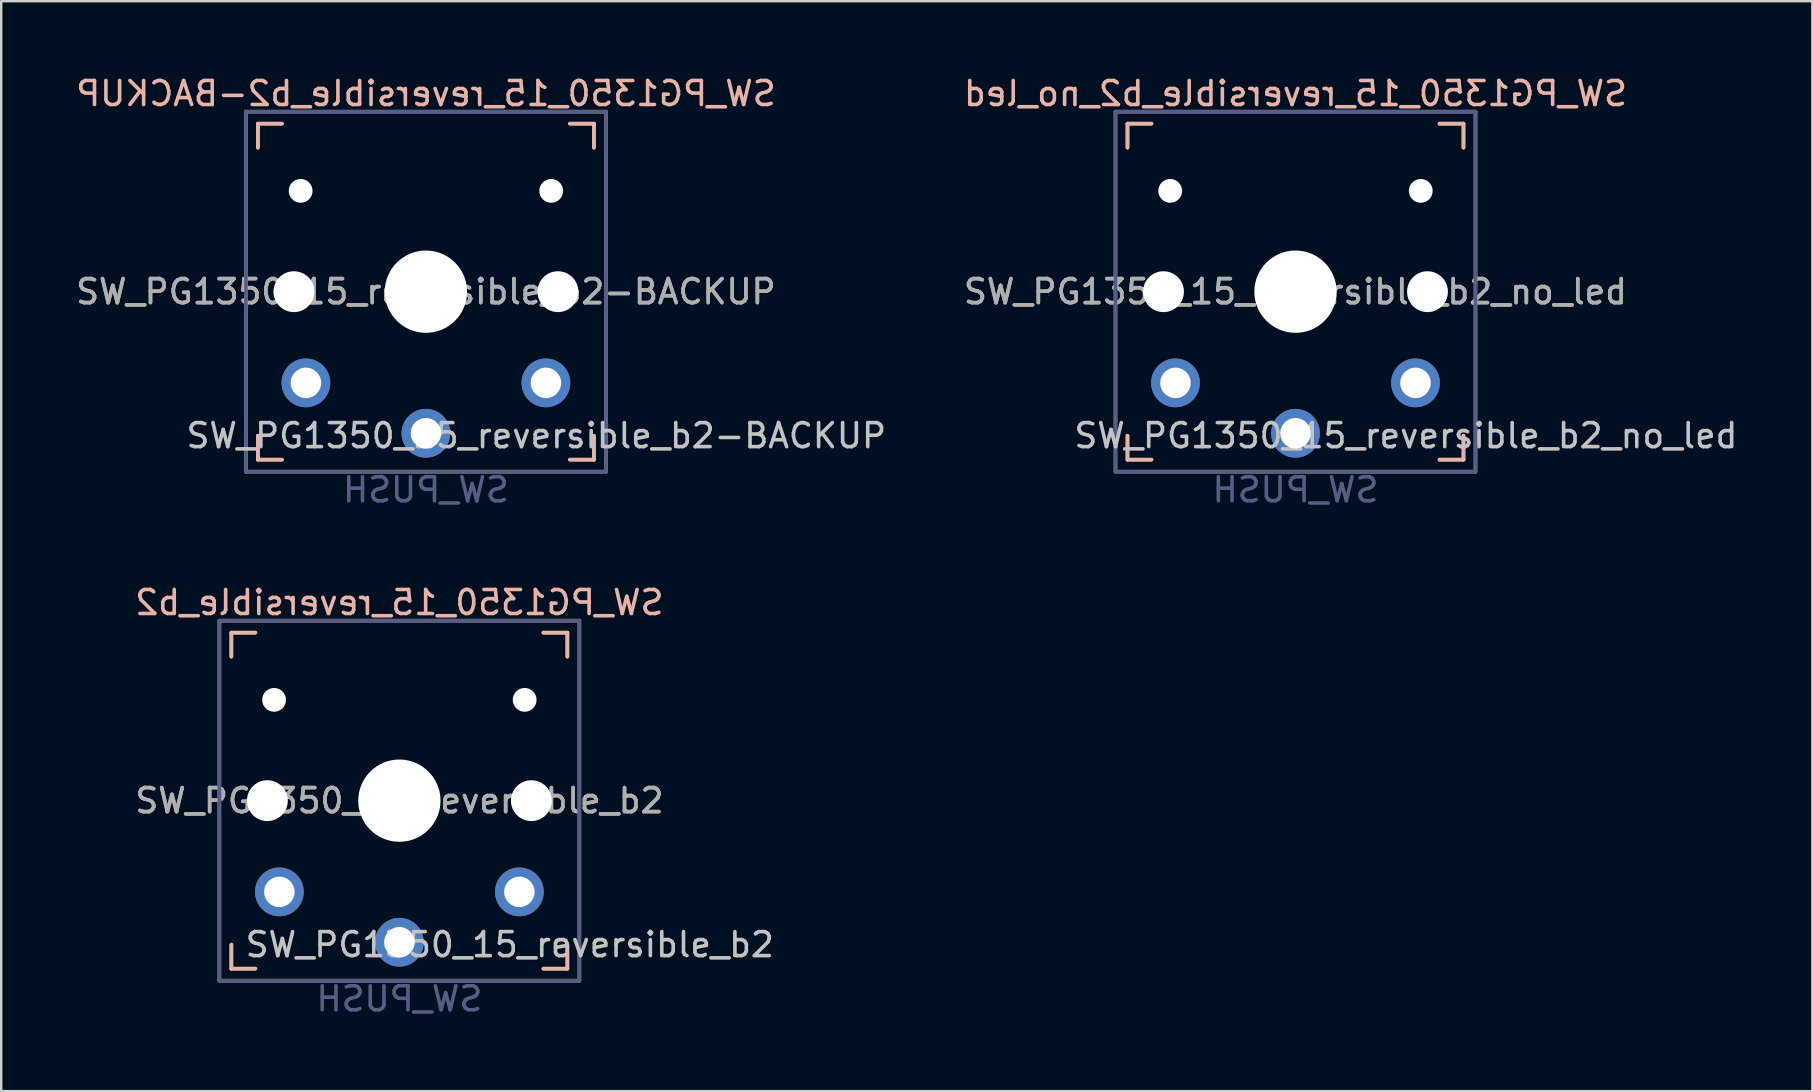
<source format=kicad_pcb>
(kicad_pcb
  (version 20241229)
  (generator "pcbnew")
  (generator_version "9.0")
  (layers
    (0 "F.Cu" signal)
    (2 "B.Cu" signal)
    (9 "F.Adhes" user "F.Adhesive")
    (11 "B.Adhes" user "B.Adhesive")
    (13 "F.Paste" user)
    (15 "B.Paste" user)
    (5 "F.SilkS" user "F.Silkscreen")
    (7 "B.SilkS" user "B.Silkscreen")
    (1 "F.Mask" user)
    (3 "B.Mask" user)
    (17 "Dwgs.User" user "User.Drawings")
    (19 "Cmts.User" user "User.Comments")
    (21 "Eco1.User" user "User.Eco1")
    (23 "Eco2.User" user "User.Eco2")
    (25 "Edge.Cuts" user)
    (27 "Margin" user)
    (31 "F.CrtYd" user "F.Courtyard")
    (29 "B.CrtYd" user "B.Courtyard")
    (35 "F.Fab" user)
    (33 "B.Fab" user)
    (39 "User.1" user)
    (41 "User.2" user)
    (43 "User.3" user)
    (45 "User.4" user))
  (footprint "SW_PG1350_15_reversible_b2"
    (layer "F.Cu")
    (at 13.59 30.31)
    (property "Reference" "SW_PG1350_15_reversible_b2" (at 4.6 6 0) (layer "Dwgs.User") (effects (font (size 1 1) (thickness 0.15))))
    (property "Value" "SW_PUSH" (at -0.5 6 0) (layer "Dwgs.User") (hide yes) (effects (font (size 1 1) (thickness 0.15))))
    (attr through_hole)
    (fp_line (start -7 -7) (end -6 -7) (stroke (width 0.15) (type solid)) (layer "F.SilkS"))
    (fp_line (start -7 -6) (end -7 -7) (stroke (width 0.15) (type solid)) (layer "F.SilkS"))
    (fp_line (start -7 7) (end -7 6) (stroke (width 0.15) (type solid)) (layer "F.SilkS"))
    (fp_line (start -6 7) (end -7 7) (stroke (width 0.15) (type solid)) (layer "F.SilkS"))
    (fp_line (start 6 -7) (end 7 -7) (stroke (width 0.15) (type solid)) (layer "F.SilkS"))
    (fp_line (start 7 -7) (end 7 -6) (stroke (width 0.15) (type solid)) (layer "F.SilkS"))
    (fp_line (start 7 6) (end 7 7) (stroke (width 0.15) (type solid)) (layer "F.SilkS"))
    (fp_line (start 7 7) (end 6 7) (stroke (width 0.15) (type solid)) (layer "F.SilkS"))
    (fp_line (start -7 -7) (end -6 -7) (stroke (width 0.15) (type solid)) (layer "B.SilkS"))
    (fp_line (start -7 -6) (end -7 -7) (stroke (width 0.15) (type solid)) (layer "B.SilkS"))
    (fp_line (start -7 7) (end -7 6) (stroke (width 0.15) (type solid)) (layer "B.SilkS"))
    (fp_line (start -6 7) (end -7 7) (stroke (width 0.15) (type solid)) (layer "B.SilkS"))
    (fp_line (start 6 -7) (end 7 -7) (stroke (width 0.15) (type solid)) (layer "B.SilkS"))
    (fp_line (start 7 -7) (end 7 -6) (stroke (width 0.15) (type solid)) (layer "B.SilkS"))
    (fp_line (start 7 6) (end 7 7) (stroke (width 0.15) (type solid)) (layer "B.SilkS"))
    (fp_line (start 7 7) (end 6 7) (stroke (width 0.15) (type solid)) (layer "B.SilkS"))
    (fp_line (start -13.53 8.52) (end 13.47 8.54) (stroke (width 0.12) (type solid)) (layer "Eco1.User"))
    (fp_line (start -13.52 -8.5) (end 13.48 -8.48) (stroke (width 0.12) (type solid)) (layer "Eco1.User"))
    (fp_line (start -13.52 8.5) (end -13.52 -8.5) (stroke (width 0.12) (type solid)) (layer "Eco1.User"))
    (fp_line (start 13.48 8.52) (end 13.48 -8.48) (stroke (width 0.12) (type solid)) (layer "Eco1.User"))
    (fp_line (start -6.9 6.9) (end -6.9 -6.9) (stroke (width 0.15) (type solid)) (layer "Eco2.User"))
    (fp_line (start -6.9 6.9) (end 6.9 6.9) (stroke (width 0.15) (type solid)) (layer "Eco2.User"))
    (fp_line (start 6.9 -6.9) (end -6.9 -6.9) (stroke (width 0.15) (type solid)) (layer "Eco2.User"))
    (fp_line (start 6.9 -6.9) (end 6.9 6.9) (stroke (width 0.15) (type solid)) (layer "Eco2.User"))
    (fp_line (start -7.5 -7.5) (end 7.5 -7.5) (stroke (width 0.15) (type solid)) (layer "B.Fab"))
    (fp_line (start -7.5 7.5) (end -7.5 -7.5) (stroke (width 0.15) (type solid)) (layer "B.Fab"))
    (fp_line (start 7.5 -7.5) (end 7.5 7.5) (stroke (width 0.15) (type solid)) (layer "B.Fab"))
    (fp_line (start 7.5 7.5) (end -7.5 7.5) (stroke (width 0.15) (type solid)) (layer "B.Fab"))
    (fp_line (start -7.5 -7.5) (end 7.5 -7.5) (stroke (width 0.15) (type solid)) (layer "F.Fab"))
    (fp_line (start -7.5 7.5) (end -7.5 -7.5) (stroke (width 0.15) (type solid)) (layer "F.Fab"))
    (fp_line (start 7.5 -7.5) (end 7.5 7.5) (stroke (width 0.15) (type solid)) (layer "F.Fab"))
    (fp_line (start 7.5 7.5) (end -7.5 7.5) (stroke (width 0.15) (type solid)) (layer "F.Fab"))
    (fp_text user "${REFERENCE}" (at 0 -8.255 0) (layer "B.SilkS") (effects (font (size 1 1) (thickness 0.15)) (justify mirror)))
    (fp_text user "${VALUE}" (at 0 8.255 0) (layer "B.Fab") (effects (font (size 1 1) (thickness 0.15)) (justify mirror)))
    (fp_text user "${REFERENCE}" (at 0 0 0) (layer "F.Fab") (effects (font (size 1 1) (thickness 0.15))))
    (fp_text user "${REFERENCE}" (at 0 0 0) (layer "F.Fab") (effects (font (size 1 1) (thickness 0.15))))
    (pad "" np_thru_hole circle (at -5.5 0) (size 1.702 1.702) (drill 1.702) (layers "*.Cu" "*.Mask"))
    (pad "" np_thru_hole circle (at -5.22 -4.2) (size 0.991 0.991) (drill 0.991) (layers "*.Cu" "*.Mask"))
    (pad "" np_thru_hole circle (at 0 0) (size 3.429 3.429) (drill 3.429) (layers "*.Cu" "*.Mask"))
    (pad "" np_thru_hole circle (at 5.22 -4.2) (size 0.991 0.991) (drill 0.991) (layers "*.Cu" "*.Mask"))
    (pad "" np_thru_hole circle (at 5.5 0) (size 1.702 1.702) (drill 1.702) (layers "*.Cu" "*.Mask"))
    (pad "1" thru_hole circle (at 0 5.9) (size 2.032 2.032) (drill 1.27) (layers "*.Cu" "*.Mask"))
    (pad "2" thru_hole circle (at -5 3.8) (size 2.032 2.032) (drill 1.27) (layers "*.Cu" "*.Mask"))
    (pad "2" thru_hole circle (at 5 3.8) (size 2.032 2.032) (drill 1.27) (layers "*.Cu" "*.Mask")))
  (footprint "SW_PG1350_15_reversible_b2_no_led"
    (layer "F.Cu")
    (at 50.927 9.103)
    (property "Reference" "SW_PG1350_15_reversible_b2_no_led" (at 4.6 6 0) (layer "Dwgs.User") (effects (font (size 1 1) (thickness 0.15))))
    (property "Value" "SW_PUSH" (at -0.5 6 0) (layer "Dwgs.User") (hide yes) (effects (font (size 1 1) (thickness 0.15))))
    (attr through_hole)
    (fp_line (start -7 -7) (end -6 -7) (stroke (width 0.15) (type solid)) (layer "F.SilkS"))
    (fp_line (start -7 -6) (end -7 -7) (stroke (width 0.15) (type solid)) (layer "F.SilkS"))
    (fp_line (start -7 7) (end -7 6) (stroke (width 0.15) (type solid)) (layer "F.SilkS"))
    (fp_line (start -6 7) (end -7 7) (stroke (width 0.15) (type solid)) (layer "F.SilkS"))
    (fp_line (start 6 -7) (end 7 -7) (stroke (width 0.15) (type solid)) (layer "F.SilkS"))
    (fp_line (start 7 -7) (end 7 -6) (stroke (width 0.15) (type solid)) (layer "F.SilkS"))
    (fp_line (start 7 6) (end 7 7) (stroke (width 0.15) (type solid)) (layer "F.SilkS"))
    (fp_line (start 7 7) (end 6 7) (stroke (width 0.15) (type solid)) (layer "F.SilkS"))
    (fp_line (start -7 -7) (end -6 -7) (stroke (width 0.15) (type solid)) (layer "B.SilkS"))
    (fp_line (start -7 -6) (end -7 -7) (stroke (width 0.15) (type solid)) (layer "B.SilkS"))
    (fp_line (start -7 7) (end -7 6) (stroke (width 0.15) (type solid)) (layer "B.SilkS"))
    (fp_line (start -6 7) (end -7 7) (stroke (width 0.15) (type solid)) (layer "B.SilkS"))
    (fp_line (start 6 -7) (end 7 -7) (stroke (width 0.15) (type solid)) (layer "B.SilkS"))
    (fp_line (start 7 -7) (end 7 -6) (stroke (width 0.15) (type solid)) (layer "B.SilkS"))
    (fp_line (start 7 6) (end 7 7) (stroke (width 0.15) (type solid)) (layer "B.SilkS"))
    (fp_line (start 7 7) (end 6 7) (stroke (width 0.15) (type solid)) (layer "B.SilkS"))
    (fp_line (start -13.53 8.52) (end 13.47 8.54) (stroke (width 0.12) (type solid)) (layer "Eco1.User"))
    (fp_line (start -13.52 -8.5) (end 13.48 -8.48) (stroke (width 0.12) (type solid)) (layer "Eco1.User"))
    (fp_line (start -13.52 8.5) (end -13.52 -8.5) (stroke (width 0.12) (type solid)) (layer "Eco1.User"))
    (fp_line (start 13.48 8.52) (end 13.48 -8.48) (stroke (width 0.12) (type solid)) (layer "Eco1.User"))
    (fp_line (start -6.9 6.9) (end -6.9 -6.9) (stroke (width 0.15) (type solid)) (layer "Eco2.User"))
    (fp_line (start -6.9 6.9) (end 6.9 6.9) (stroke (width 0.15) (type solid)) (layer "Eco2.User"))
    (fp_line (start 6.9 -6.9) (end -6.9 -6.9) (stroke (width 0.15) (type solid)) (layer "Eco2.User"))
    (fp_line (start 6.9 -6.9) (end 6.9 6.9) (stroke (width 0.15) (type solid)) (layer "Eco2.User"))
    (fp_line (start -7.5 -7.5) (end 7.5 -7.5) (stroke (width 0.15) (type solid)) (layer "B.Fab"))
    (fp_line (start -7.5 7.5) (end -7.5 -7.5) (stroke (width 0.15) (type solid)) (layer "B.Fab"))
    (fp_line (start 7.5 -7.5) (end 7.5 7.5) (stroke (width 0.15) (type solid)) (layer "B.Fab"))
    (fp_line (start 7.5 7.5) (end -7.5 7.5) (stroke (width 0.15) (type solid)) (layer "B.Fab"))
    (fp_line (start -7.5 -7.5) (end 7.5 -7.5) (stroke (width 0.15) (type solid)) (layer "F.Fab"))
    (fp_line (start -7.5 7.5) (end -7.5 -7.5) (stroke (width 0.15) (type solid)) (layer "F.Fab"))
    (fp_line (start 7.5 -7.5) (end 7.5 7.5) (stroke (width 0.15) (type solid)) (layer "F.Fab"))
    (fp_line (start 7.5 7.5) (end -7.5 7.5) (stroke (width 0.15) (type solid)) (layer "F.Fab"))
    (fp_text user "${REFERENCE}" (at 0 -8.255 0) (layer "B.SilkS") (effects (font (size 1 1) (thickness 0.15)) (justify mirror)))
    (fp_text user "${VALUE}" (at 0 8.255 0) (layer "B.Fab") (effects (font (size 1 1) (thickness 0.15)) (justify mirror)))
    (fp_text user "${REFERENCE}" (at 0 0 0) (layer "F.Fab") (effects (font (size 1 1) (thickness 0.15))))
    (fp_text user "${REFERENCE}" (at 0 0 0) (layer "F.Fab") (effects (font (size 1 1) (thickness 0.15))))
    (pad "" np_thru_hole circle (at -5.5 0) (size 1.702 1.702) (drill 1.702) (layers "*.Cu" "*.Mask"))
    (pad "" np_thru_hole circle (at -5.22 -4.2) (size 0.991 0.991) (drill 0.991) (layers "*.Cu" "*.Mask"))
    (pad "" np_thru_hole circle (at 0 0) (size 3.429 3.429) (drill 3.429) (layers "*.Cu" "*.Mask"))
    (pad "" np_thru_hole circle (at 5.22 -4.2) (size 0.991 0.991) (drill 0.991) (layers "*.Cu" "*.Mask"))
    (pad "" np_thru_hole circle (at 5.5 0) (size 1.702 1.702) (drill 1.702) (layers "*.Cu" "*.Mask"))
    (pad "1" thru_hole circle (at 0 5.9) (size 2.032 2.032) (drill 1.27) (layers "*.Cu" "*.Mask"))
    (pad "2" thru_hole circle (at -5 3.8) (size 2.032 2.032) (drill 1.27) (layers "*.Cu" "*.Mask"))
    (pad "2" thru_hole circle (at 5 3.8) (size 2.032 2.032) (drill 1.27) (layers "*.Cu" "*.Mask")))
  (footprint "SW_PG1350_15_reversible_b2-BACKUP"
    (layer "F.Cu")
    (at 14.696 9.103)
    (property "Reference" "SW_PG1350_15_reversible_b2-BACKUP" (at 4.6 6 0) (layer "Dwgs.User") (effects (font (size 1 1) (thickness 0.15))))
    (property "Value" "SW_PUSH" (at -0.5 6 0) (layer "Dwgs.User") (hide yes) (effects (font (size 1 1) (thickness 0.15))))
    (attr through_hole)
    (fp_line (start -7 -7) (end -6 -7) (stroke (width 0.15) (type solid)) (layer "F.SilkS"))
    (fp_line (start -7 -6) (end -7 -7) (stroke (width 0.15) (type solid)) (layer "F.SilkS"))
    (fp_line (start -7 7) (end -7 6) (stroke (width 0.15) (type solid)) (layer "F.SilkS"))
    (fp_line (start -6 7) (end -7 7) (stroke (width 0.15) (type solid)) (layer "F.SilkS"))
    (fp_line (start 6 -7) (end 7 -7) (stroke (width 0.15) (type solid)) (layer "F.SilkS"))
    (fp_line (start 7 -7) (end 7 -6) (stroke (width 0.15) (type solid)) (layer "F.SilkS"))
    (fp_line (start 7 6) (end 7 7) (stroke (width 0.15) (type solid)) (layer "F.SilkS"))
    (fp_line (start 7 7) (end 6 7) (stroke (width 0.15) (type solid)) (layer "F.SilkS"))
    (fp_line (start -7 -7) (end -6 -7) (stroke (width 0.15) (type solid)) (layer "B.SilkS"))
    (fp_line (start -7 -6) (end -7 -7) (stroke (width 0.15) (type solid)) (layer "B.SilkS"))
    (fp_line (start -7 7) (end -7 6) (stroke (width 0.15) (type solid)) (layer "B.SilkS"))
    (fp_line (start -6 7) (end -7 7) (stroke (width 0.15) (type solid)) (layer "B.SilkS"))
    (fp_line (start 6 -7) (end 7 -7) (stroke (width 0.15) (type solid)) (layer "B.SilkS"))
    (fp_line (start 7 -7) (end 7 -6) (stroke (width 0.15) (type solid)) (layer "B.SilkS"))
    (fp_line (start 7 6) (end 7 7) (stroke (width 0.15) (type solid)) (layer "B.SilkS"))
    (fp_line (start 7 7) (end 6 7) (stroke (width 0.15) (type solid)) (layer "B.SilkS"))
    (fp_line (start -13.53 8.52) (end 13.47 8.54) (stroke (width 0.12) (type solid)) (layer "Eco1.User"))
    (fp_line (start -13.52 -8.5) (end 13.48 -8.48) (stroke (width 0.12) (type solid)) (layer "Eco1.User"))
    (fp_line (start -13.52 8.5) (end -13.52 -8.5) (stroke (width 0.12) (type solid)) (layer "Eco1.User"))
    (fp_line (start 13.48 8.52) (end 13.48 -8.48) (stroke (width 0.12) (type solid)) (layer "Eco1.User"))
    (fp_line (start -6.9 6.9) (end -6.9 -6.9) (stroke (width 0.15) (type solid)) (layer "Eco2.User"))
    (fp_line (start -6.9 6.9) (end 6.9 6.9) (stroke (width 0.15) (type solid)) (layer "Eco2.User"))
    (fp_line (start -2.6 -3.1) (end -2.6 -6.3) (stroke (width 0.15) (type solid)) (layer "Eco2.User"))
    (fp_line (start -2.6 -3.1) (end 2.6 -3.1) (stroke (width 0.15) (type solid)) (layer "Eco2.User"))
    (fp_line (start 2.6 -6.3) (end -2.6 -6.3) (stroke (width 0.15) (type solid)) (layer "Eco2.User"))
    (fp_line (start 2.6 -3.1) (end 2.6 -6.3) (stroke (width 0.15) (type solid)) (layer "Eco2.User"))
    (fp_line (start 6.9 -6.9) (end -6.9 -6.9) (stroke (width 0.15) (type solid)) (layer "Eco2.User"))
    (fp_line (start 6.9 -6.9) (end 6.9 6.9) (stroke (width 0.15) (type solid)) (layer "Eco2.User"))
    (fp_line (start -7.5 -7.5) (end 7.5 -7.5) (stroke (width 0.15) (type solid)) (layer "B.Fab"))
    (fp_line (start -7.5 7.5) (end -7.5 -7.5) (stroke (width 0.15) (type solid)) (layer "B.Fab"))
    (fp_line (start 7.5 -7.5) (end 7.5 7.5) (stroke (width 0.15) (type solid)) (layer "B.Fab"))
    (fp_line (start 7.5 7.5) (end -7.5 7.5) (stroke (width 0.15) (type solid)) (layer "B.Fab"))
    (fp_line (start -7.5 -7.5) (end 7.5 -7.5) (stroke (width 0.15) (type solid)) (layer "F.Fab"))
    (fp_line (start -7.5 7.5) (end -7.5 -7.5) (stroke (width 0.15) (type solid)) (layer "F.Fab"))
    (fp_line (start 7.5 -7.5) (end 7.5 7.5) (stroke (width 0.15) (type solid)) (layer "F.Fab"))
    (fp_line (start 7.5 7.5) (end -7.5 7.5) (stroke (width 0.15) (type solid)) (layer "F.Fab"))
    (fp_text user "${REFERENCE}" (at 0 -8.255 0) (layer "B.SilkS") (effects (font (size 1 1) (thickness 0.15)) (justify mirror)))
    (fp_text user "${VALUE}" (at 0 8.255 0) (layer "B.Fab") (effects (font (size 1 1) (thickness 0.15)) (justify mirror)))
    (fp_text user "${REFERENCE}" (at 0 0 0) (layer "F.Fab") (effects (font (size 1 1) (thickness 0.15))))
    (fp_text user "${REFERENCE}" (at 0 0 0) (layer "F.Fab") (effects (font (size 1 1) (thickness 0.15))))
    (pad "" np_thru_hole circle (at -5.5 0) (size 1.702 1.702) (drill 1.702) (layers "*.Cu" "*.Mask"))
    (pad "" np_thru_hole circle (at -5.22 -4.2) (size 0.991 0.991) (drill 0.991) (layers "*.Cu" "*.Mask"))
    (pad "" np_thru_hole circle (at 0 0) (size 3.429 3.429) (drill 3.429) (layers "*.Cu" "*.Mask"))
    (pad "" np_thru_hole circle (at 5.22 -4.2) (size 0.991 0.991) (drill 0.991) (layers "*.Cu" "*.Mask"))
    (pad "" np_thru_hole circle (at 5.5 0) (size 1.702 1.702) (drill 1.702) (layers "*.Cu" "*.Mask"))
    (pad "1" thru_hole circle (at 0 5.9) (size 2.032 2.032) (drill 1.27) (layers "*.Cu" "*.Mask"))
    (pad "2" thru_hole circle (at -5 3.8) (size 2.032 2.032) (drill 1.27) (layers "*.Cu" "*.Mask"))
    (pad "2" thru_hole circle (at 5 3.8) (size 2.032 2.032) (drill 1.27) (layers "*.Cu" "*.Mask")))
  (gr_rect
    (start -3 -3)
    (end 72.462 42.413)
    (stroke (width 0.1) (type default))
    (fill no)
    (layer "Edge.Cuts")))
</source>
